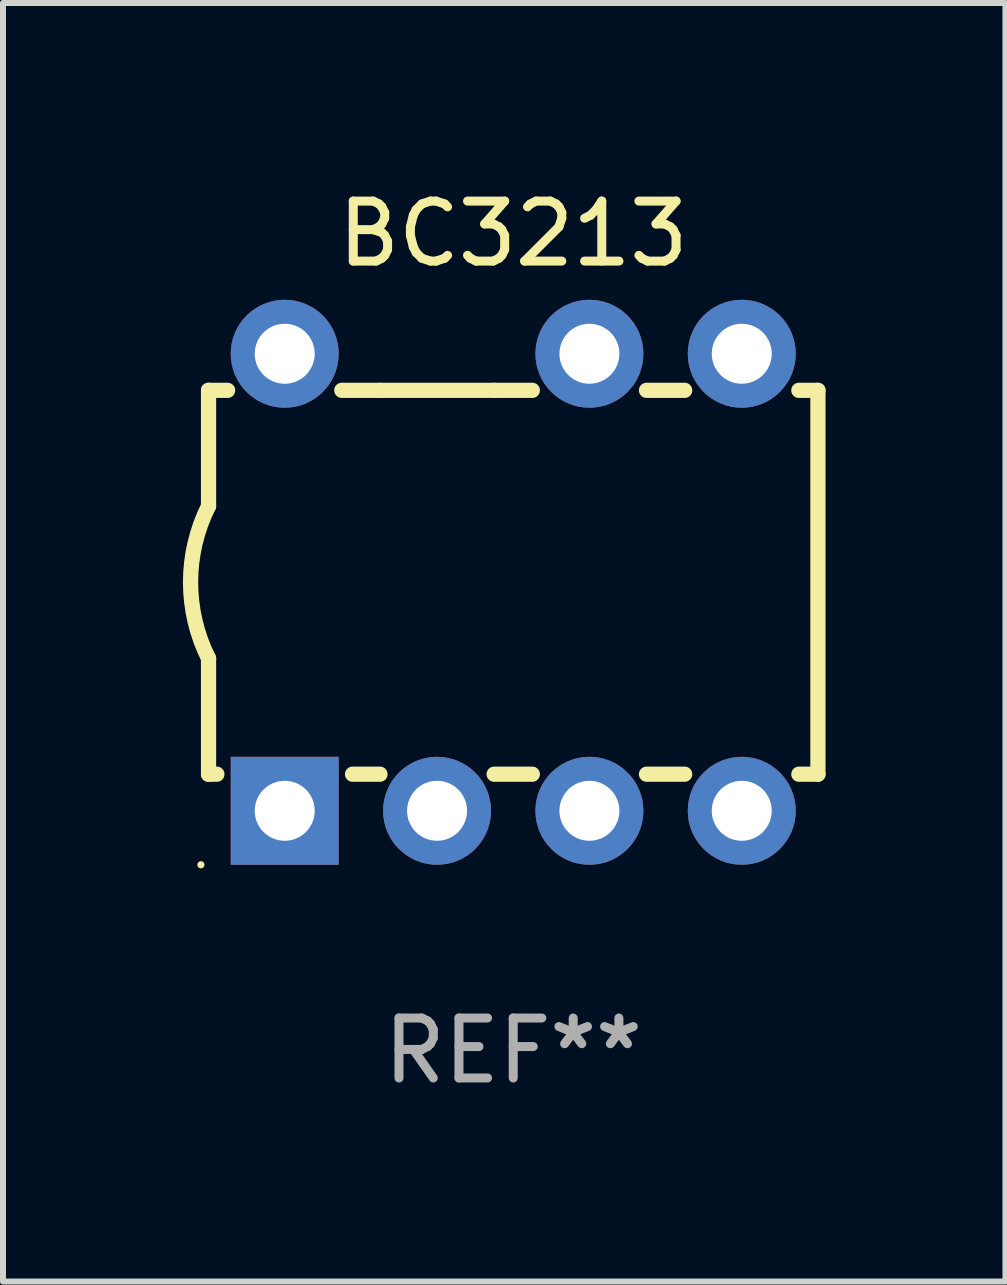
<source format=kicad_pcb>
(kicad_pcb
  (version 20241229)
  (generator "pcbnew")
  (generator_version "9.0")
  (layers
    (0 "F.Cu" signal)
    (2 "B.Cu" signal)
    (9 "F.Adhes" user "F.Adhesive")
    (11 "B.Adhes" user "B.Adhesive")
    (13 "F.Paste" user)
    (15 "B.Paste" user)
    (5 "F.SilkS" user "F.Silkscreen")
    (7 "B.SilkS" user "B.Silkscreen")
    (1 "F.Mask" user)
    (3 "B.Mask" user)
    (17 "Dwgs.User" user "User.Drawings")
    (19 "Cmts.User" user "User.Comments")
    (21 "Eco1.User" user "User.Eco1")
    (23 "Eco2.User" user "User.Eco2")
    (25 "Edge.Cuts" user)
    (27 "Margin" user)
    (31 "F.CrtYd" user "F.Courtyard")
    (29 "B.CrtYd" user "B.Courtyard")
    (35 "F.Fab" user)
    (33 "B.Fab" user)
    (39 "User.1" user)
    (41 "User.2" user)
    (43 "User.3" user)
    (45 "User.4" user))
  (footprint "BC3213"
    (layer "F.Cu")
    (at 5.507 6.658)
    (property "Reference" "BC3213" (at 0 -5.81 0) (layer "F.SilkS") (effects (font (size 1 1) (thickness 0.15))))
    (attr through_hole)
    (fp_line (start -5.08 -3.2) (end -4.762 -3.2) (stroke (width 0.254) (type solid)) (layer "F.SilkS"))
    (fp_line (start -5.08 -1.27) (end -5.08 -3.2) (stroke (width 0.254) (type solid)) (layer "F.SilkS"))
    (fp_line (start -5.08 3.2) (end -5.08 1.27) (stroke (width 0.254) (type solid)) (layer "F.SilkS"))
    (fp_line (start -5.08 3.2) (end -4.941 3.2) (stroke (width 0.254) (type solid)) (layer "F.SilkS"))
    (fp_line (start -2.858 -3.2) (end -2.222 -3.2) (stroke (width 0.254) (type solid)) (layer "F.SilkS"))
    (fp_line (start -2.679 3.2) (end -2.222 3.2) (stroke (width 0.254) (type solid)) (layer "F.SilkS"))
    (fp_line (start -2.222 -3.2) (end -0.318 -3.2) (stroke (width 0.254) (type solid)) (layer "F.SilkS"))
    (fp_line (start -0.318 -3.2) (end 0.318 -3.2) (stroke (width 0.254) (type solid)) (layer "F.SilkS"))
    (fp_line (start -0.318 3.2) (end 0.318 3.2) (stroke (width 0.254) (type solid)) (layer "F.SilkS"))
    (fp_line (start 2.222 -3.2) (end 2.858 -3.2) (stroke (width 0.254) (type solid)) (layer "F.SilkS"))
    (fp_line (start 2.222 3.2) (end 2.858 3.2) (stroke (width 0.254) (type solid)) (layer "F.SilkS"))
    (fp_line (start 4.762 -3.2) (end 5.08 -3.2) (stroke (width 0.254) (type solid)) (layer "F.SilkS"))
    (fp_line (start 4.762 3.2) (end 5.08 3.2) (stroke (width 0.254) (type solid)) (layer "F.SilkS"))
    (fp_line (start 5.08 3.2) (end 5.08 -3.2) (stroke (width 0.254) (type solid)) (layer "F.SilkS"))
    (fp_arc (start -5.080011 1.270002) (mid -5.379818 -0.000001) (end -5.08001 -1.270003) (stroke (width 0.254001) (type solid)) (layer "F.SilkS"))
    (fp_circle (center -5.207 4.71) (end -5.177 4.71) (stroke (width 0.06) (type solid)) (fill no) (layer "F.SilkS"))
    (fp_text user "REF**" (at 0 7.81 0) (layer "F.Fab") (effects (font (size 1 1) (thickness 0.15))))
    (pad "1" thru_hole rect (at -3.81 3.81) (size 1.8 1.8) (drill 1) (layers "*.Cu" "*.Mask"))
    (pad "2" thru_hole circle (at -1.27 3.81) (size 1.8 1.8) (drill 1) (layers "*.Cu" "*.Mask"))
    (pad "3" thru_hole circle (at 1.27 3.81) (size 1.8 1.8) (drill 1) (layers "*.Cu" "*.Mask"))
    (pad "4" thru_hole circle (at 3.81 3.81) (size 1.8 1.8) (drill 1) (layers "*.Cu" "*.Mask"))
    (pad "5" thru_hole circle (at 3.81 -3.81) (size 1.8 1.8) (drill 1) (layers "*.Cu" "*.Mask"))
    (pad "6" thru_hole circle (at 1.27 -3.81) (size 1.8 1.8) (drill 1) (layers "*.Cu" "*.Mask"))
    (pad "8" thru_hole circle (at -3.81 -3.81) (size 1.8 1.8) (drill 1) (layers "*.Cu" "*.Mask")))
  (gr_rect
    (start -3 -3)
    (end 13.714 18.317)
    (stroke (width 0.1) (type default))
    (fill no)
    (layer "Edge.Cuts")))
</source>
